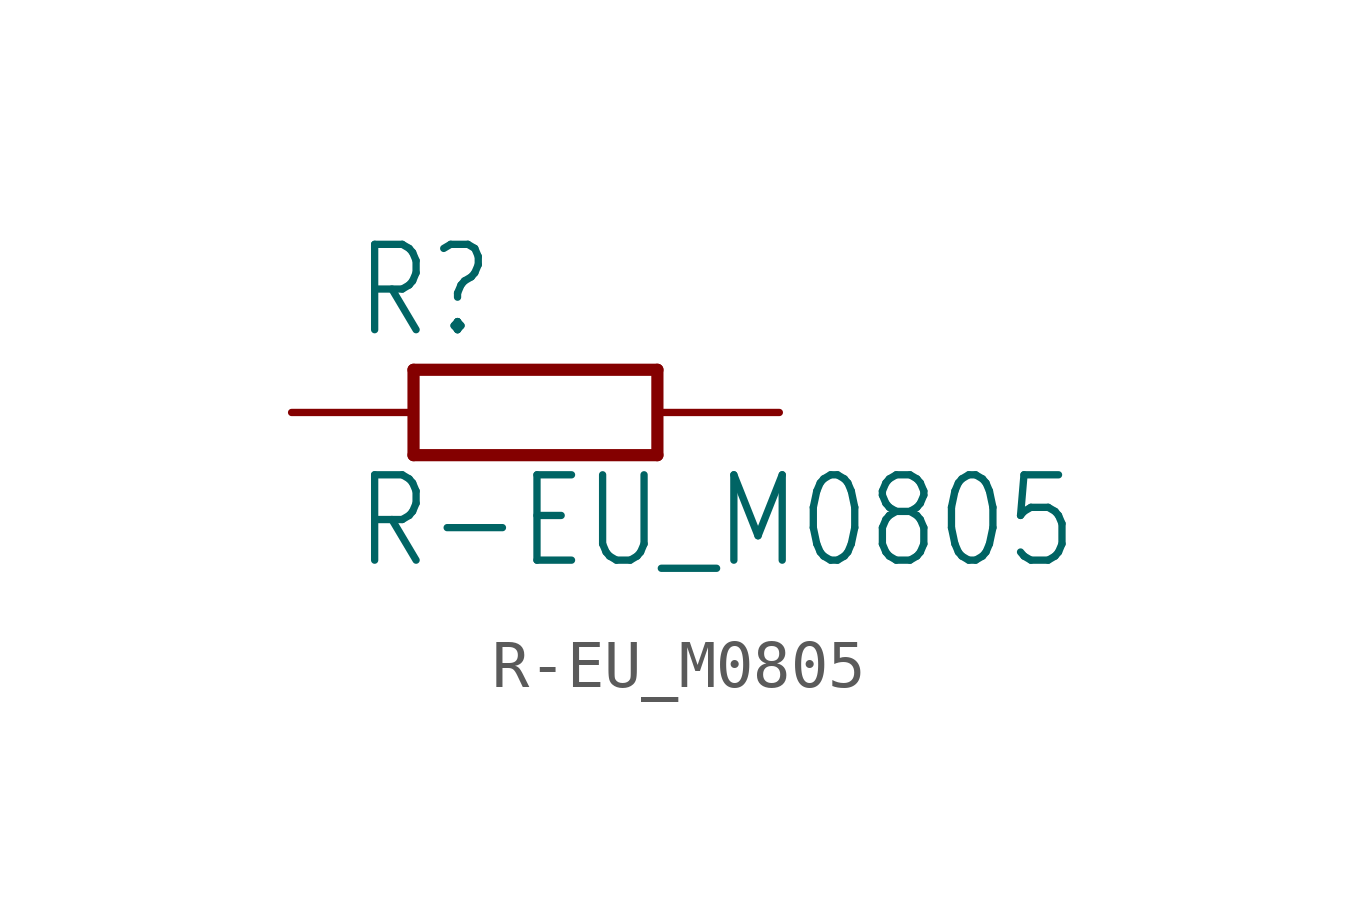
<source format=kicad_sym>
(kicad_symbol_lib
  (version 20211014)
  (generator kicad_symbol_editor)
  (symbol "R-EU_M0805"
    (property "Reference" "R"
      (at -3.81 1.499 0)
      (effects (font (size 1.778 1.511)) (justify left bottom)))
    (property "Value" "R-EU_M0805"
      (at -3.81 -3.302 0)
      (effects (font (size 1.778 1.511)) (justify left bottom)))
    (property "ki_locked" ""
      (at 0 0 0)
      (effects (font (size 1.27 1.27))))
    (symbol "R-EU_M0805_1_0"
      (polyline (pts (xy -2.54 -0.889) (xy -2.54 0.889)) (stroke (width 0.254) (type default) (color 0 0 0 0)) (fill (type none)))
      (polyline (pts (xy -2.54 -0.889) (xy 2.54 -0.889)) (stroke (width 0.254) (type default) (color 0 0 0 0)) (fill (type none)))
      (polyline (pts (xy 2.54 -0.889) (xy 2.54 0.889)) (stroke (width 0.254) (type default) (color 0 0 0 0)) (fill (type none)))
      (polyline (pts (xy 2.54 0.889) (xy -2.54 0.889)) (stroke (width 0.254) (type default) (color 0 0 0 0)) (fill (type none)))
      (pin passive line (at -5.08 0 0) (length 2.54) (name "1" (effects (font (size 0 0)))) (number "1" (effects (font (size 0 0)))))
      (pin passive line (at 5.08 0 180) (length 2.54) (name "2" (effects (font (size 0 0)))) (number "2" (effects (font (size 0 0))))))))
</source>
